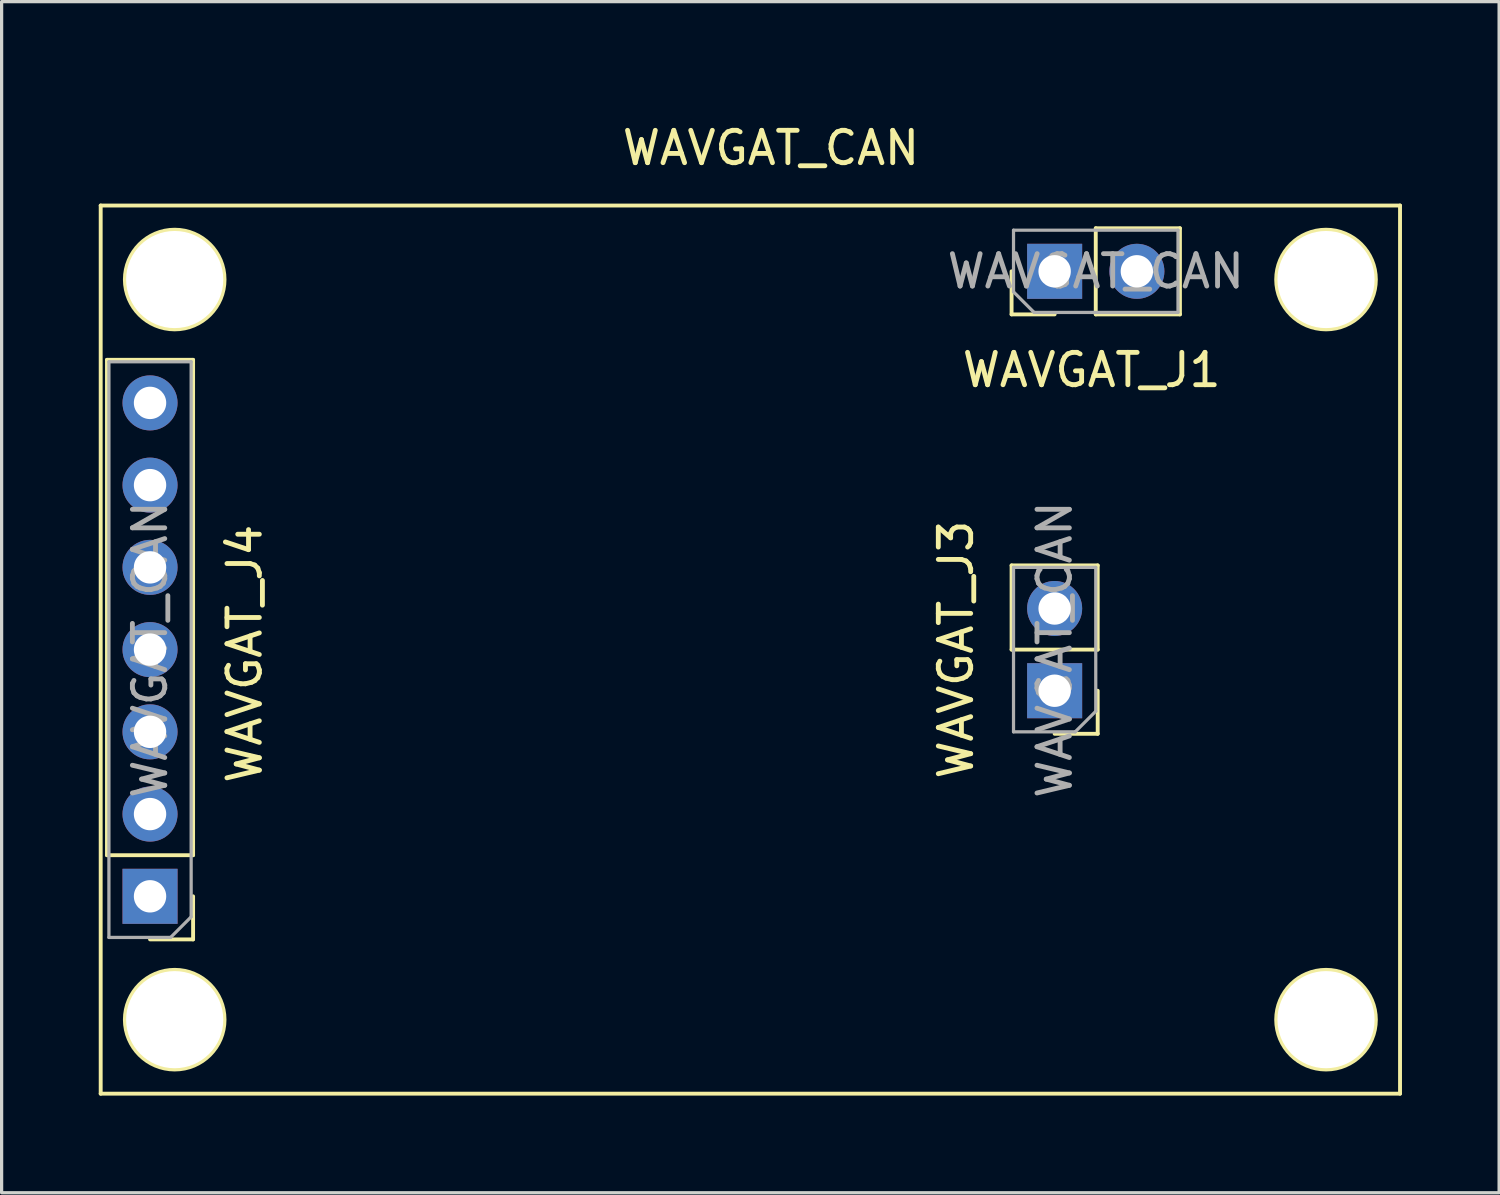
<source format=kicad_pcb>
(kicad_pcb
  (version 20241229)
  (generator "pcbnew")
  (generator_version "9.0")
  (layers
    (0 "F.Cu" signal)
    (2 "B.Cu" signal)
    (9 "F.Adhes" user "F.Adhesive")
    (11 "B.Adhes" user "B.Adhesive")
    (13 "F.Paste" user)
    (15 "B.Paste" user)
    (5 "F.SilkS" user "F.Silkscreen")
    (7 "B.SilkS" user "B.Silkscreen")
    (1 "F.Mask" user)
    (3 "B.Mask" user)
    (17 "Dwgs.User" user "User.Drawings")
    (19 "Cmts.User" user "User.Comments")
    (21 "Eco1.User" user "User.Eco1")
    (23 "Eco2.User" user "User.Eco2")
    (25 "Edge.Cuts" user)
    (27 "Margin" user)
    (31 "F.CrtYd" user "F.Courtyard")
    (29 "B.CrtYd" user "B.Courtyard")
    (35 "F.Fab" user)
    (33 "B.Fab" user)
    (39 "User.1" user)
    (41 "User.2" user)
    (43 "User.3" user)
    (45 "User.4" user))
  (footprint "WAVGAT_CAN"
    (layer "F.Cu")
    (at 10.22 0.25)
    (property "Reference" "WAVGAT_CAN" (at 10.541 1.27 0) (layer "F.SilkS") (effects (font (size 1 1) (thickness 0.15))))
    (attr through_hole)
    (fp_line (start -10.16 3.048) (end 29.972 3.048) (stroke (width 0.12) (type solid)) (layer "F.SilkS"))
    (fp_line (start -10.16 30.48) (end -10.16 3.048) (stroke (width 0.12) (type solid)) (layer "F.SilkS"))
    (fp_line (start -9.966 23.114) (end -9.966 7.814) (stroke (width 0.12) (type solid)) (layer "F.SilkS"))
    (fp_line (start -7.306 7.814) (end -9.966 7.814) (stroke (width 0.12) (type solid)) (layer "F.SilkS"))
    (fp_line (start -7.306 23.114) (end -9.966 23.114) (stroke (width 0.12) (type solid)) (layer "F.SilkS"))
    (fp_line (start -7.306 23.114) (end -7.306 7.814) (stroke (width 0.12) (type solid)) (layer "F.SilkS"))
    (fp_line (start -7.306 24.384) (end -7.306 25.714) (stroke (width 0.12) (type solid)) (layer "F.SilkS"))
    (fp_line (start -7.306 25.714) (end -8.636 25.714) (stroke (width 0.12) (type solid)) (layer "F.SilkS"))
    (fp_line (start 17.974 6.41) (end 17.974 5.08) (stroke (width 0.12) (type solid)) (layer "F.SilkS"))
    (fp_line (start 17.974 16.764) (end 17.974 14.164) (stroke (width 0.12) (type solid)) (layer "F.SilkS"))
    (fp_line (start 19.304 6.41) (end 17.974 6.41) (stroke (width 0.12) (type solid)) (layer "F.SilkS"))
    (fp_line (start 20.574 3.75) (end 23.174 3.75) (stroke (width 0.12) (type solid)) (layer "F.SilkS"))
    (fp_line (start 20.574 6.41) (end 20.574 3.75) (stroke (width 0.12) (type solid)) (layer "F.SilkS"))
    (fp_line (start 20.574 6.41) (end 23.174 6.41) (stroke (width 0.12) (type solid)) (layer "F.SilkS"))
    (fp_line (start 20.634 14.164) (end 17.974 14.164) (stroke (width 0.12) (type solid)) (layer "F.SilkS"))
    (fp_line (start 20.634 16.764) (end 17.974 16.764) (stroke (width 0.12) (type solid)) (layer "F.SilkS"))
    (fp_line (start 20.634 16.764) (end 20.634 14.164) (stroke (width 0.12) (type solid)) (layer "F.SilkS"))
    (fp_line (start 20.634 18.034) (end 20.634 19.364) (stroke (width 0.12) (type solid)) (layer "F.SilkS"))
    (fp_line (start 20.634 19.364) (end 19.304 19.364) (stroke (width 0.12) (type solid)) (layer "F.SilkS"))
    (fp_line (start 23.174 6.41) (end 23.174 3.75) (stroke (width 0.12) (type solid)) (layer "F.SilkS"))
    (fp_line (start 29.972 3.048) (end 29.972 30.48) (stroke (width 0.12) (type solid)) (layer "F.SilkS"))
    (fp_line (start 29.972 30.48) (end -10.16 30.48) (stroke (width 0.12) (type solid)) (layer "F.SilkS"))
    (fp_circle (center -7.874 5.334) (end -9.398 5.334) (stroke (width 0.15) (type solid)) (fill no) (layer "F.SilkS"))
    (fp_circle (center -7.874 28.194) (end -9.398 28.194) (stroke (width 0.15) (type solid)) (fill no) (layer "F.SilkS"))
    (fp_circle (center 27.686 5.334) (end 27.686 6.858) (stroke (width 0.15) (type solid)) (fill no) (layer "F.SilkS"))
    (fp_circle (center 27.686 28.194) (end 29.21 28.194) (stroke (width 0.15) (type solid)) (fill no) (layer "F.SilkS"))
    (fp_line (start -9.906 7.874) (end -7.366 7.874) (stroke (width 0.1) (type solid)) (layer "F.Fab"))
    (fp_line (start -9.906 25.654) (end -9.906 7.874) (stroke (width 0.1) (type solid)) (layer "F.Fab"))
    (fp_line (start -8.001 25.654) (end -9.906 25.654) (stroke (width 0.1) (type solid)) (layer "F.Fab"))
    (fp_line (start -7.366 7.874) (end -7.366 25.019) (stroke (width 0.1) (type solid)) (layer "F.Fab"))
    (fp_line (start -7.366 25.019) (end -8.001 25.654) (stroke (width 0.1) (type solid)) (layer "F.Fab"))
    (fp_line (start 18.034 3.81) (end 23.114 3.81) (stroke (width 0.1) (type solid)) (layer "F.Fab"))
    (fp_line (start 18.034 5.715) (end 18.034 3.81) (stroke (width 0.1) (type solid)) (layer "F.Fab"))
    (fp_line (start 18.034 14.224) (end 20.574 14.224) (stroke (width 0.1) (type solid)) (layer "F.Fab"))
    (fp_line (start 18.034 19.304) (end 18.034 14.224) (stroke (width 0.1) (type solid)) (layer "F.Fab"))
    (fp_line (start 18.669 6.35) (end 18.034 5.715) (stroke (width 0.1) (type solid)) (layer "F.Fab"))
    (fp_line (start 19.939 19.304) (end 18.034 19.304) (stroke (width 0.1) (type solid)) (layer "F.Fab"))
    (fp_line (start 20.574 14.224) (end 20.574 18.669) (stroke (width 0.1) (type solid)) (layer "F.Fab"))
    (fp_line (start 20.574 18.669) (end 19.939 19.304) (stroke (width 0.1) (type solid)) (layer "F.Fab"))
    (fp_line (start 23.114 3.81) (end 23.114 6.35) (stroke (width 0.1) (type solid)) (layer "F.Fab"))
    (fp_line (start 23.114 6.35) (end 18.669 6.35) (stroke (width 0.1) (type solid)) (layer "F.Fab"))
    (fp_text user "WAVGAT_J3" (at 16.256 16.764 90) (layer "F.SilkS") (effects (font (size 1 1) (thickness 0.15))))
    (fp_text user "WAVGAT_J4" (at -5.715 16.891 270) (layer "F.SilkS") (effects (font (size 1 1) (thickness 0.15))))
    (fp_text user "WAVGAT_J1" (at 20.447 8.128 0) (layer "F.SilkS") (effects (font (size 1 1) (thickness 0.15))))
    (fp_text user "${REFERENCE}" (at 20.574 5.08 180) (layer "F.Fab") (effects (font (size 1 1) (thickness 0.15))))
    (fp_text user "${REFERENCE}" (at 19.304 16.764 270) (layer "F.Fab") (effects (font (size 1 1) (thickness 0.15))))
    (fp_text user "${REFERENCE}" (at -8.636 16.764 270) (layer "F.Fab") (effects (font (size 1 1) (thickness 0.15))))
    (pad "" np_thru_hole circle (at -7.874 5.334) (size 3 3) (drill 3) (layers "*.Cu" "*.Mask"))
    (pad "" np_thru_hole circle (at -7.874 28.194) (size 3 3) (drill 3) (layers "*.Cu" "*.Mask"))
    (pad "" np_thru_hole circle (at 27.686 5.334) (size 3 3) (drill 3) (layers "*.Cu" "*.Mask"))
    (pad "" np_thru_hole circle (at 27.686 28.194) (size 3 3) (drill 3) (layers "*.Cu" "*.Mask"))
    (pad "J1_1" thru_hole rect (at 19.304 5.08 90) (size 1.7 1.7) (drill 1) (layers "*.Cu" "*.Mask"))
    (pad "J1_2" thru_hole oval (at 21.844 5.08 90) (size 1.7 1.7) (drill 1) (layers "*.Cu" "*.Mask"))
    (pad "J3_1" thru_hole rect (at 19.304 18.034 180) (size 1.7 1.7) (drill 1) (layers "*.Cu" "*.Mask"))
    (pad "J3_2" thru_hole oval (at 19.304 15.494 180) (size 1.7 1.7) (drill 1) (layers "*.Cu" "*.Mask"))
    (pad "J4_1" thru_hole rect (at -8.636 24.384 180) (size 1.7 1.7) (drill 1) (layers "*.Cu" "*.Mask"))
    (pad "J4_2" thru_hole oval (at -8.636 21.844 180) (size 1.7 1.7) (drill 1) (layers "*.Cu" "*.Mask"))
    (pad "J4_3" thru_hole oval (at -8.636 19.304 180) (size 1.7 1.7) (drill 1) (layers "*.Cu" "*.Mask"))
    (pad "J4_4" thru_hole oval (at -8.636 16.764 180) (size 1.7 1.7) (drill 1) (layers "*.Cu" "*.Mask"))
    (pad "J4_5" thru_hole oval (at -8.636 14.224 180) (size 1.7 1.7) (drill 1) (layers "*.Cu" "*.Mask"))
    (pad "J4_6" thru_hole oval (at -8.636 11.684 180) (size 1.7 1.7) (drill 1) (layers "*.Cu" "*.Mask"))
    (pad "J4_7" thru_hole oval (at -8.636 9.144 180) (size 1.7 1.7) (drill 1) (layers "*.Cu" "*.Mask")))
  (gr_rect
    (start -3 -3)
    (end 43.252 33.79)
    (stroke (width 0.1) (type default))
    (fill no)
    (layer "Edge.Cuts")))
</source>
